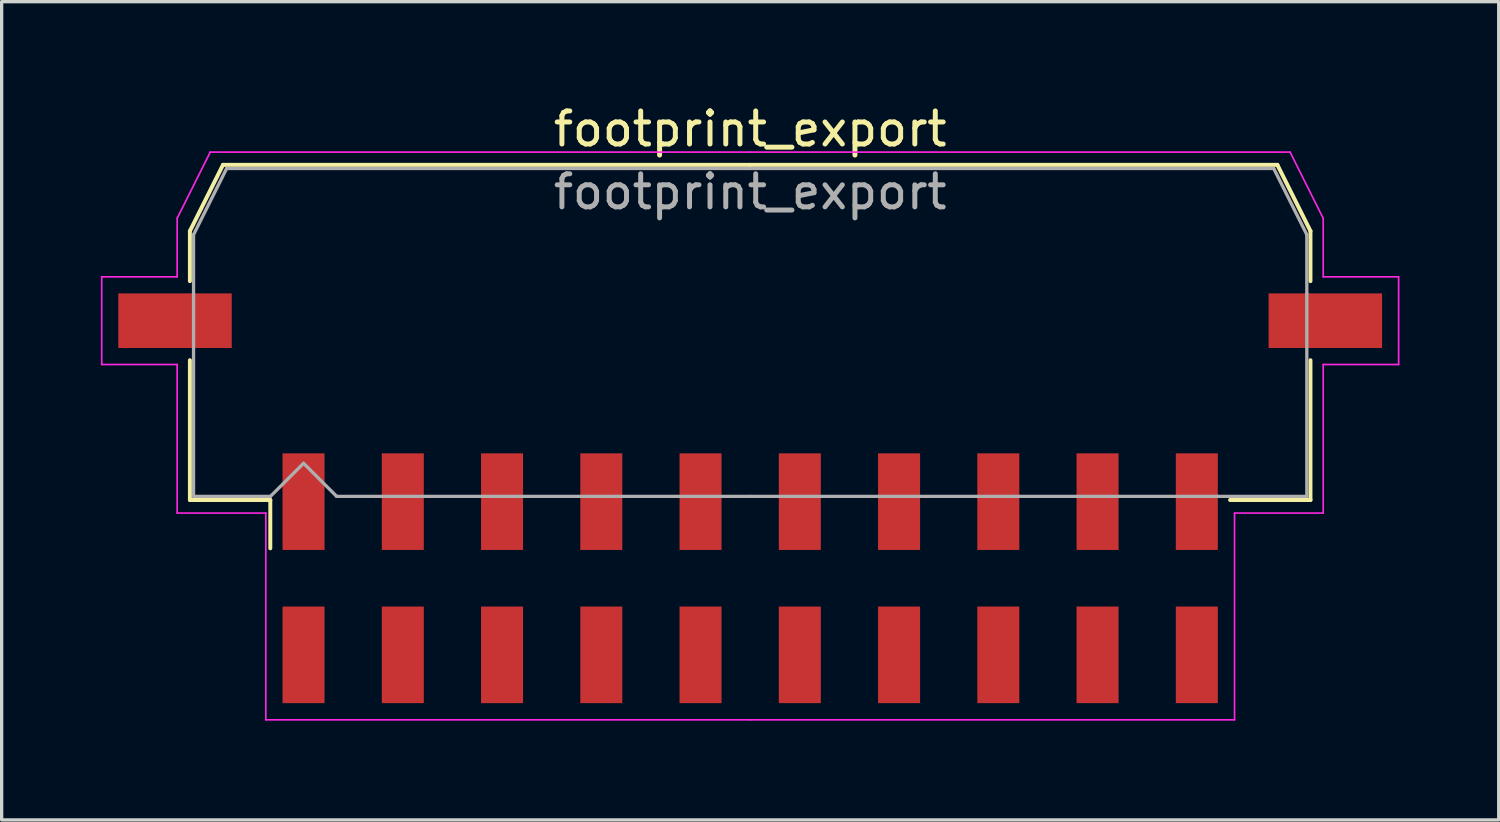
<source format=kicad_pcb>
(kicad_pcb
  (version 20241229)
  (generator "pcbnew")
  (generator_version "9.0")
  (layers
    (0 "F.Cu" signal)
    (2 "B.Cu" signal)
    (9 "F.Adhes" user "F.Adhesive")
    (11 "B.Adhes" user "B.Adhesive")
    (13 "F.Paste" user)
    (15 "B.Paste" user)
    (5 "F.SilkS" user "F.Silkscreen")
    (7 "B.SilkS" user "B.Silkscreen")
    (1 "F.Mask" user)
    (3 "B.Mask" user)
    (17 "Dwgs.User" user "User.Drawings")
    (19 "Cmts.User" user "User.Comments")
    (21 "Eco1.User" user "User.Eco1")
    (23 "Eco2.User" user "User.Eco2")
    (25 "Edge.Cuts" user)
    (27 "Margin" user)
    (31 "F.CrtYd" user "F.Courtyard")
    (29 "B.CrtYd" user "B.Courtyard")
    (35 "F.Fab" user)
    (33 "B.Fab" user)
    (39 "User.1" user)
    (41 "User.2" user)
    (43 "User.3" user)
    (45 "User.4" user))
  (footprint "footprint_export"
    (layer "F.Cu")
    (at 19.625 14.428)
    (property "Reference" "footprint_export" (at 0 -13.58 0) (layer "F.SilkS") (effects (font (size 1 1) (thickness 0.15))))
    (attr smd)
    (fp_line (start -16.935 -10.495) (end -16.935 -8.98) (stroke (width 0.12) (type solid)) (layer "F.SilkS"))
    (fp_line (start -16.935 -6.59) (end -16.935 -2.365) (stroke (width 0.12) (type solid)) (layer "F.SilkS"))
    (fp_line (start -16.935 -2.365) (end -14.505 -2.365) (stroke (width 0.12) (type solid)) (layer "F.SilkS"))
    (fp_line (start -15.935 -12.495) (end -16.935 -10.495) (stroke (width 0.12) (type solid)) (layer "F.SilkS"))
    (fp_line (start -14.505 -2.365) (end -14.505 -0.905) (stroke (width 0.12) (type solid)) (layer "F.SilkS"))
    (fp_line (start 0 -12.495) (end -15.935 -12.495) (stroke (width 0.12) (type solid)) (layer "F.SilkS"))
    (fp_line (start 0 -12.495) (end 15.935 -12.495) (stroke (width 0.12) (type solid)) (layer "F.SilkS"))
    (fp_line (start 15.935 -12.495) (end 16.935 -10.495) (stroke (width 0.12) (type solid)) (layer "F.SilkS"))
    (fp_line (start 16.935 -10.495) (end 16.935 -8.98) (stroke (width 0.12) (type solid)) (layer "F.SilkS"))
    (fp_line (start 16.935 -6.59) (end 16.935 -2.365) (stroke (width 0.12) (type solid)) (layer "F.SilkS"))
    (fp_line (start 16.935 -2.365) (end 14.505 -2.365) (stroke (width 0.12) (type solid)) (layer "F.SilkS"))
    (fp_line (start -19.6 -9.11) (end -19.6 -6.46) (stroke (width 0.05) (type solid)) (layer "F.CrtYd"))
    (fp_line (start -19.6 -6.46) (end -17.32 -6.46) (stroke (width 0.05) (type solid)) (layer "F.CrtYd"))
    (fp_line (start -17.32 -10.88) (end -17.32 -9.11) (stroke (width 0.05) (type solid)) (layer "F.CrtYd"))
    (fp_line (start -17.32 -9.11) (end -19.6 -9.11) (stroke (width 0.05) (type solid)) (layer "F.CrtYd"))
    (fp_line (start -17.32 -6.46) (end -17.32 -1.97) (stroke (width 0.05) (type solid)) (layer "F.CrtYd"))
    (fp_line (start -17.32 -1.97) (end -14.64 -1.97) (stroke (width 0.05) (type solid)) (layer "F.CrtYd"))
    (fp_line (start -16.32 -12.88) (end -17.32 -10.88) (stroke (width 0.05) (type solid)) (layer "F.CrtYd"))
    (fp_line (start -14.64 -1.97) (end -14.64 4.28) (stroke (width 0.05) (type solid)) (layer "F.CrtYd"))
    (fp_line (start -14.64 4.28) (end 0 4.28) (stroke (width 0.05) (type solid)) (layer "F.CrtYd"))
    (fp_line (start 0 -12.88) (end -16.32 -12.88) (stroke (width 0.05) (type solid)) (layer "F.CrtYd"))
    (fp_line (start 0 -12.88) (end 16.32 -12.88) (stroke (width 0.05) (type solid)) (layer "F.CrtYd"))
    (fp_line (start 14.64 -1.97) (end 14.64 4.28) (stroke (width 0.05) (type solid)) (layer "F.CrtYd"))
    (fp_line (start 14.64 4.28) (end 0 4.28) (stroke (width 0.05) (type solid)) (layer "F.CrtYd"))
    (fp_line (start 16.32 -12.88) (end 17.32 -10.88) (stroke (width 0.05) (type solid)) (layer "F.CrtYd"))
    (fp_line (start 17.32 -10.88) (end 17.32 -9.11) (stroke (width 0.05) (type solid)) (layer "F.CrtYd"))
    (fp_line (start 17.32 -9.11) (end 19.6 -9.11) (stroke (width 0.05) (type solid)) (layer "F.CrtYd"))
    (fp_line (start 17.32 -6.46) (end 17.32 -1.97) (stroke (width 0.05) (type solid)) (layer "F.CrtYd"))
    (fp_line (start 17.32 -1.97) (end 14.64 -1.97) (stroke (width 0.05) (type solid)) (layer "F.CrtYd"))
    (fp_line (start 19.6 -9.11) (end 19.6 -6.46) (stroke (width 0.05) (type solid)) (layer "F.CrtYd"))
    (fp_line (start 19.6 -6.46) (end 17.32 -6.46) (stroke (width 0.05) (type solid)) (layer "F.CrtYd"))
    (fp_line (start -16.825 -10.385) (end -16.825 -8.61) (stroke (width 0.1) (type solid)) (layer "F.Fab"))
    (fp_line (start -16.825 -8.61) (end -16.825 -2.475) (stroke (width 0.1) (type solid)) (layer "F.Fab"))
    (fp_line (start -16.825 -2.475) (end -14.5 -2.475) (stroke (width 0.1) (type solid)) (layer "F.Fab"))
    (fp_line (start -15.825 -12.385) (end -16.825 -10.385) (stroke (width 0.1) (type solid)) (layer "F.Fab"))
    (fp_line (start -14.5 -2.475) (end -13.5 -3.475) (stroke (width 0.1) (type solid)) (layer "F.Fab"))
    (fp_line (start -13.5 -3.475) (end -12.5 -2.475) (stroke (width 0.1) (type solid)) (layer "F.Fab"))
    (fp_line (start -12.5 -2.475) (end 0 -2.475) (stroke (width 0.1) (type solid)) (layer "F.Fab"))
    (fp_line (start 0 -12.385) (end -15.825 -12.385) (stroke (width 0.1) (type solid)) (layer "F.Fab"))
    (fp_line (start 0 -12.385) (end 15.825 -12.385) (stroke (width 0.1) (type solid)) (layer "F.Fab"))
    (fp_line (start 14.135 -2.475) (end 0 -2.475) (stroke (width 0.1) (type solid)) (layer "F.Fab"))
    (fp_line (start 15.825 -12.385) (end 16.825 -10.385) (stroke (width 0.1) (type solid)) (layer "F.Fab"))
    (fp_line (start 16.825 -10.385) (end 16.825 -8.61) (stroke (width 0.1) (type solid)) (layer "F.Fab"))
    (fp_line (start 16.825 -8.61) (end 16.825 -2.475) (stroke (width 0.1) (type solid)) (layer "F.Fab"))
    (fp_line (start 16.825 -2.475) (end 14.135 -2.475) (stroke (width 0.1) (type solid)) (layer "F.Fab"))
    (fp_text user "${REFERENCE}" (at 0 -11.68 0) (layer "F.Fab") (effects (font (size 1 1) (thickness 0.15))))
    (pad "1" smd rect (at -13.5 -2.315) (size 1.27 2.92) (layers "F.Cu" "F.Mask" "F.Paste"))
    (pad "2" smd rect (at -10.5 -2.315) (size 1.27 2.92) (layers "F.Cu" "F.Mask" "F.Paste"))
    (pad "3" smd rect (at -7.5 -2.315) (size 1.27 2.92) (layers "F.Cu" "F.Mask" "F.Paste"))
    (pad "4" smd rect (at -4.5 -2.315) (size 1.27 2.92) (layers "F.Cu" "F.Mask" "F.Paste"))
    (pad "5" smd rect (at -1.5 -2.315) (size 1.27 2.92) (layers "F.Cu" "F.Mask" "F.Paste"))
    (pad "6" smd rect (at 1.5 -2.315) (size 1.27 2.92) (layers "F.Cu" "F.Mask" "F.Paste"))
    (pad "7" smd rect (at 4.5 -2.315) (size 1.27 2.92) (layers "F.Cu" "F.Mask" "F.Paste"))
    (pad "8" smd rect (at 7.5 -2.315) (size 1.27 2.92) (layers "F.Cu" "F.Mask" "F.Paste"))
    (pad "9" smd rect (at 10.5 -2.315) (size 1.27 2.92) (layers "F.Cu" "F.Mask" "F.Paste"))
    (pad "10" smd rect (at 13.5 -2.315) (size 1.27 2.92) (layers "F.Cu" "F.Mask" "F.Paste"))
    (pad "11" smd rect (at -13.5 2.315) (size 1.27 2.92) (layers "F.Cu" "F.Mask" "F.Paste"))
    (pad "12" smd rect (at -10.5 2.315) (size 1.27 2.92) (layers "F.Cu" "F.Mask" "F.Paste"))
    (pad "13" smd rect (at -7.5 2.315) (size 1.27 2.92) (layers "F.Cu" "F.Mask" "F.Paste"))
    (pad "14" smd rect (at -4.5 2.315) (size 1.27 2.92) (layers "F.Cu" "F.Mask" "F.Paste"))
    (pad "15" smd rect (at -1.5 2.315) (size 1.27 2.92) (layers "F.Cu" "F.Mask" "F.Paste"))
    (pad "16" smd rect (at 1.5 2.315) (size 1.27 2.92) (layers "F.Cu" "F.Mask" "F.Paste"))
    (pad "17" smd rect (at 4.5 2.315) (size 1.27 2.92) (layers "F.Cu" "F.Mask" "F.Paste"))
    (pad "18" smd rect (at 7.5 2.315) (size 1.27 2.92) (layers "F.Cu" "F.Mask" "F.Paste"))
    (pad "19" smd rect (at 10.5 2.315) (size 1.27 2.92) (layers "F.Cu" "F.Mask" "F.Paste"))
    (pad "20" smd rect (at 13.5 2.315) (size 1.27 2.92) (layers "F.Cu" "F.Mask" "F.Paste"))
    (pad "MP" smd rect (at -17.385 -7.785) (size 3.43 1.65) (layers "F.Cu" "F.Mask" "F.Paste"))
    (pad "MP" smd rect (at 17.385 -7.785) (size 3.43 1.65) (layers "F.Cu" "F.Mask" "F.Paste")))
  (gr_rect
    (start -3 -3)
    (end 42.25 21.733)
    (stroke (width 0.1) (type default))
    (fill no)
    (layer "Edge.Cuts")))
</source>
